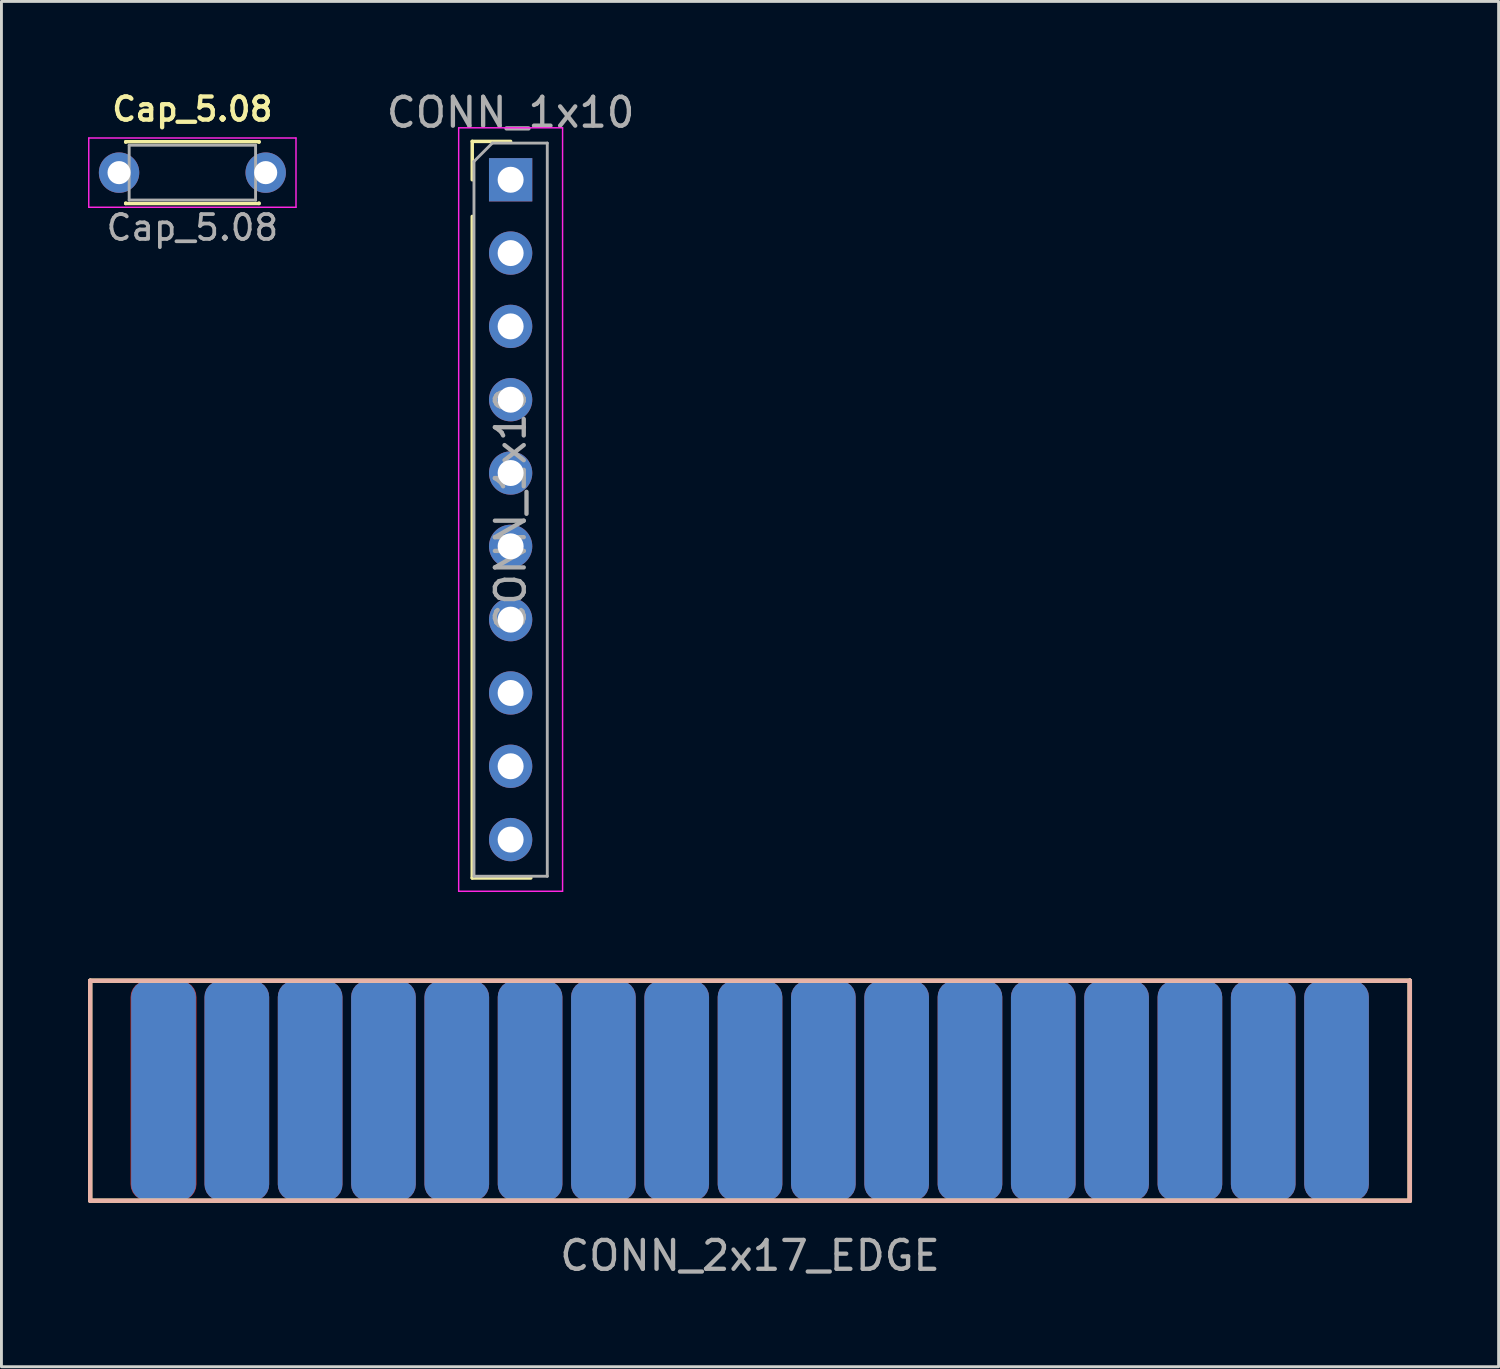
<source format=kicad_pcb>
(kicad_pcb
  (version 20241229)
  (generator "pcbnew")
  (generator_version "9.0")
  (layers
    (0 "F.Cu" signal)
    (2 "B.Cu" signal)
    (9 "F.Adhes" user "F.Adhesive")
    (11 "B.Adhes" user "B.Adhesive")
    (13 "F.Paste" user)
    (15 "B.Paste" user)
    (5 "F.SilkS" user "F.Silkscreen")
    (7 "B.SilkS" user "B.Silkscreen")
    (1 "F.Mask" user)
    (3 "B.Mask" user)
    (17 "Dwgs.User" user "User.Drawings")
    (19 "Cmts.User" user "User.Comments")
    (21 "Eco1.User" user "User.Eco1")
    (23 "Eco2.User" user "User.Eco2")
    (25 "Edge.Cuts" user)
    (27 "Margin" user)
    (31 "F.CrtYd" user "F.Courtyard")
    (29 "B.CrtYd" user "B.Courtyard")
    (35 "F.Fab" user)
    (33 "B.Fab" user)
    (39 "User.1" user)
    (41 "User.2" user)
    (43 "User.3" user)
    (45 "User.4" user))
  (footprint "Cap_5.08"
    (layer "F.Cu")
    (at 1.075 2.931)
    (property "Reference" "Cap_5.08" (at 2.54 -2.2 0) (layer "F.SilkS") (effects (font (size 0.8 0.8) (thickness 0.15))))
    (attr through_hole)
    (fp_line (start 0.23 -1.07) (end 0.23 -1.055) (stroke (width 0.12) (type solid)) (layer "F.SilkS"))
    (fp_line (start 0.23 -1.07) (end 4.85 -1.07) (stroke (width 0.12) (type solid)) (layer "F.SilkS"))
    (fp_line (start 0.23 1.055) (end 0.23 1.07) (stroke (width 0.12) (type solid)) (layer "F.SilkS"))
    (fp_line (start 0.23 1.07) (end 4.85 1.07) (stroke (width 0.12) (type solid)) (layer "F.SilkS"))
    (fp_line (start 4.85 -1.07) (end 4.85 -1.055) (stroke (width 0.12) (type solid)) (layer "F.SilkS"))
    (fp_line (start 4.85 1.055) (end 4.85 1.07) (stroke (width 0.12) (type solid)) (layer "F.SilkS"))
    (fp_line (start -1.05 -1.2) (end -1.05 1.2) (stroke (width 0.05) (type solid)) (layer "F.CrtYd"))
    (fp_line (start -1.05 1.2) (end 6.13 1.2) (stroke (width 0.05) (type solid)) (layer "F.CrtYd"))
    (fp_line (start 6.13 -1.2) (end -1.05 -1.2) (stroke (width 0.05) (type solid)) (layer "F.CrtYd"))
    (fp_line (start 6.13 1.2) (end 6.13 -1.2) (stroke (width 0.05) (type solid)) (layer "F.CrtYd"))
    (fp_line (start 0.35 -0.95) (end 0.35 0.95) (stroke (width 0.1) (type solid)) (layer "F.Fab"))
    (fp_line (start 0.35 0.95) (end 4.73 0.95) (stroke (width 0.1) (type solid)) (layer "F.Fab"))
    (fp_line (start 4.73 -0.95) (end 0.35 -0.95) (stroke (width 0.1) (type solid)) (layer "F.Fab"))
    (fp_line (start 4.73 0.95) (end 4.73 -0.95) (stroke (width 0.1) (type solid)) (layer "F.Fab"))
    (fp_text user "${REFERENCE}" (at 2.54 1.905 0) (layer "F.Fab") (effects (font (size 0.86 0.86) (thickness 0.129))))
    (pad "1" thru_hole circle (at 0 0) (size 1.4 1.4) (drill 0.8) (layers "*.Cu" "*.Mask"))
    (pad "2" thru_hole circle (at 5.08 0) (size 1.4 1.4) (drill 0.8) (layers "*.Cu" "*.Mask")))
  (footprint "CONN_2x17_EDGE"
    (layer "F.Cu")
    (at 22.935 35.373)
    (property "Reference" "CONN_2x17_EDGE" (at 0 5.08 0) (layer "F.Fab") (effects (font (size 1 1) (thickness 0.15))))
    (attr through_hole)
    (fp_line (start -22.86 -4.445) (end -22.86 3.175) (stroke (width 0.15) (type solid)) (layer "F.SilkS"))
    (fp_line (start -22.86 -4.445) (end 22.86 -4.445) (stroke (width 0.15) (type solid)) (layer "F.SilkS"))
    (fp_line (start 22.86 -4.445) (end 22.86 3.175) (stroke (width 0.15) (type solid)) (layer "F.SilkS"))
    (fp_line (start 22.86 -4.445) (end 22.86 3.175) (stroke (width 0.15) (type solid)) (layer "F.SilkS"))
    (fp_line (start 22.86 3.175) (end -22.86 3.175) (stroke (width 0.15) (type solid)) (layer "F.SilkS"))
    (fp_line (start -22.86 -4.445) (end 22.86 -4.445) (stroke (width 0.15) (type solid)) (layer "B.SilkS"))
    (fp_line (start -22.86 3.175) (end -22.86 -4.445) (stroke (width 0.15) (type solid)) (layer "B.SilkS"))
    (fp_line (start 22.86 -4.445) (end 22.86 3.175) (stroke (width 0.15) (type solid)) (layer "B.SilkS"))
    (fp_line (start 22.86 -4.445) (end 22.86 3.175) (stroke (width 0.15) (type solid)) (layer "B.SilkS"))
    (fp_line (start 22.86 3.175) (end -22.86 3.175) (stroke (width 0.15) (type solid)) (layer "B.SilkS"))
    (pad "1" connect roundrect (at -20.32 -0.635) (size 2.286 7.62) (layers "F.Cu" "F.Mask" "F.Paste") (roundrect_rratio 0.25))
    (pad "2" connect roundrect (at -20.32 -0.635) (size 2.24 7.62) (layers "B.Cu" "B.Mask" "B.Paste") (roundrect_rratio 0.25))
    (pad "3" connect roundrect (at -17.78 -0.635) (size 2.24 7.62) (layers "F.Cu" "F.Mask" "F.Paste") (roundrect_rratio 0.25))
    (pad "4" connect roundrect (at -17.78 -0.635) (size 2.24 7.62) (layers "B.Cu" "B.Mask" "B.Paste") (roundrect_rratio 0.25))
    (pad "5" connect roundrect (at -15.24 -0.635) (size 2.24 7.62) (layers "F.Cu" "F.Mask" "F.Paste") (roundrect_rratio 0.25))
    (pad "6" connect roundrect (at -15.24 -0.635) (size 2.24 7.62) (layers "B.Cu" "B.Mask" "B.Paste") (roundrect_rratio 0.25))
    (pad "7" connect roundrect (at -12.7 -0.635) (size 2.24 7.62) (layers "F.Cu" "F.Mask" "F.Paste") (roundrect_rratio 0.25))
    (pad "8" connect roundrect (at -12.7 -0.635) (size 2.24 7.62) (layers "B.Cu" "B.Mask" "B.Paste") (roundrect_rratio 0.25))
    (pad "9" connect roundrect (at -10.16 -0.635) (size 2.24 7.62) (layers "F.Cu" "F.Mask" "F.Paste") (roundrect_rratio 0.25))
    (pad "10" connect roundrect (at -10.16 -0.635) (size 2.24 7.62) (layers "B.Cu" "B.Mask" "B.Paste") (roundrect_rratio 0.25))
    (pad "11" connect roundrect (at -7.62 -0.635) (size 2.24 7.62) (layers "F.Cu" "F.Mask" "F.Paste") (roundrect_rratio 0.25))
    (pad "12" connect roundrect (at -7.62 -0.635) (size 2.24 7.62) (layers "B.Cu" "B.Mask" "B.Paste") (roundrect_rratio 0.25))
    (pad "13" connect roundrect (at -5.08 -0.635) (size 2.24 7.62) (layers "F.Cu" "F.Mask" "F.Paste") (roundrect_rratio 0.25))
    (pad "14" connect roundrect (at -5.08 -0.635) (size 2.24 7.62) (layers "B.Cu" "B.Mask" "B.Paste") (roundrect_rratio 0.25))
    (pad "15" connect roundrect (at -2.54 -0.635) (size 2.24 7.62) (layers "F.Cu" "F.Mask" "F.Paste") (roundrect_rratio 0.25))
    (pad "16" connect roundrect (at -2.54 -0.635) (size 2.24 7.62) (layers "B.Cu" "B.Mask" "B.Paste") (roundrect_rratio 0.25))
    (pad "17" connect roundrect (at 0 -0.635) (size 2.24 7.62) (layers "F.Cu" "F.Mask" "F.Paste") (roundrect_rratio 0.25))
    (pad "18" connect roundrect (at 0 -0.635) (size 2.24 7.62) (layers "B.Cu" "B.Mask" "B.Paste") (roundrect_rratio 0.25))
    (pad "19" connect roundrect (at 2.54 -0.635) (size 2.24 7.62) (layers "F.Cu" "F.Mask" "F.Paste") (roundrect_rratio 0.25))
    (pad "20" connect roundrect (at 2.54 -0.635) (size 2.24 7.62) (layers "B.Cu" "B.Mask" "B.Paste") (roundrect_rratio 0.25))
    (pad "21" connect roundrect (at 5.08 -0.635) (size 2.24 7.62) (layers "F.Cu" "F.Mask" "F.Paste") (roundrect_rratio 0.25))
    (pad "22" connect roundrect (at 5.08 -0.635) (size 2.24 7.62) (layers "B.Cu" "B.Mask" "B.Paste") (roundrect_rratio 0.25))
    (pad "23" connect roundrect (at 7.62 -0.635) (size 2.24 7.62) (layers "F.Cu" "F.Mask" "F.Paste") (roundrect_rratio 0.25))
    (pad "24" connect roundrect (at 7.62 -0.635) (size 2.24 7.62) (layers "B.Cu" "B.Mask" "B.Paste") (roundrect_rratio 0.25))
    (pad "25" connect roundrect (at 10.16 -0.635) (size 2.24 7.62) (layers "F.Cu" "F.Mask" "F.Paste") (roundrect_rratio 0.25))
    (pad "26" connect roundrect (at 10.16 -0.635) (size 2.24 7.62) (layers "B.Cu" "B.Mask" "B.Paste") (roundrect_rratio 0.25))
    (pad "27" connect roundrect (at 12.7 -0.635) (size 2.24 7.62) (layers "F.Cu" "F.Mask" "F.Paste") (roundrect_rratio 0.25))
    (pad "28" connect roundrect (at 12.7 -0.635) (size 2.24 7.62) (layers "B.Cu" "B.Mask" "B.Paste") (roundrect_rratio 0.25))
    (pad "29" connect roundrect (at 15.24 -0.635) (size 2.24 7.62) (layers "F.Cu" "F.Mask" "F.Paste") (roundrect_rratio 0.25))
    (pad "30" connect roundrect (at 15.24 -0.635) (size 2.24 7.62) (layers "B.Cu" "B.Mask" "B.Paste") (roundrect_rratio 0.25))
    (pad "31" connect roundrect (at 17.78 -0.635) (size 2.24 7.62) (layers "F.Cu" "F.Mask" "F.Paste") (roundrect_rratio 0.25))
    (pad "32" connect roundrect (at 17.78 -0.635) (size 2.24 7.62) (layers "B.Cu" "B.Mask" "B.Paste") (roundrect_rratio 0.25))
    (pad "33" connect roundrect (at 20.32 -0.635) (size 2.24 7.62) (layers "F.Cu" "F.Mask" "F.Paste") (roundrect_rratio 0.25))
    (pad "34" connect roundrect (at 20.32 -0.635) (size 2.24 7.62) (layers "B.Cu" "B.Mask" "B.Paste") (roundrect_rratio 0.25)))
  (footprint "CONN_1x10"
    (layer "F.Cu")
    (at 14.641 3.178)
    (property "Reference" "CONN_1x10" (at 0 -2.33 0) (layer "F.Fab") (effects (font (size 1 1) (thickness 0.15))))
    (attr through_hole)
    (fp_line (start -1.33 -1.33) (end 0 -1.33) (stroke (width 0.12) (type solid)) (layer "F.SilkS"))
    (fp_line (start -1.33 0) (end -1.33 -1.33) (stroke (width 0.12) (type solid)) (layer "F.SilkS"))
    (fp_line (start -1.33 1.27) (end -1.33 24.19) (stroke (width 0.12) (type solid)) (layer "F.SilkS"))
    (fp_line (start -1.33 24.19) (end 0.7 24.19) (stroke (width 0.12) (type solid)) (layer "F.SilkS"))
    (fp_line (start -1.8 -1.8) (end -1.8 24.65) (stroke (width 0.05) (type solid)) (layer "F.CrtYd"))
    (fp_line (start -1.8 24.65) (end 1.8 24.65) (stroke (width 0.05) (type solid)) (layer "F.CrtYd"))
    (fp_line (start 1.8 -1.8) (end -1.8 -1.8) (stroke (width 0.05) (type solid)) (layer "F.CrtYd"))
    (fp_line (start 1.8 24.65) (end 1.8 -1.8) (stroke (width 0.05) (type solid)) (layer "F.CrtYd"))
    (fp_line (start -1.27 -0.635) (end -0.635 -1.27) (stroke (width 0.1) (type solid)) (layer "F.Fab"))
    (fp_line (start -1.27 24.13) (end -1.27 -0.635) (stroke (width 0.1) (type solid)) (layer "F.Fab"))
    (fp_line (start -0.635 -1.27) (end 1.27 -1.27) (stroke (width 0.1) (type solid)) (layer "F.Fab"))
    (fp_line (start 1.27 -1.27) (end 1.27 24.13) (stroke (width 0.1) (type solid)) (layer "F.Fab"))
    (fp_line (start 1.27 24.13) (end -1.27 24.13) (stroke (width 0.1) (type solid)) (layer "F.Fab"))
    (fp_text user "${REFERENCE}" (at 0 11.43 270) (layer "F.Fab") (effects (font (size 1 1) (thickness 0.15))))
    (pad "1" thru_hole rect (at 0 0) (size 1.5 1.5) (drill 0.9) (layers "*.Cu" "*.Mask"))
    (pad "2" thru_hole oval (at 0 2.54) (size 1.5 1.5) (drill 0.9) (layers "*.Cu" "*.Mask"))
    (pad "3" thru_hole oval (at 0 5.08) (size 1.5 1.5) (drill 0.9) (layers "*.Cu" "*.Mask"))
    (pad "4" thru_hole oval (at 0 7.62) (size 1.5 1.5) (drill 0.9) (layers "*.Cu" "*.Mask"))
    (pad "5" thru_hole oval (at 0 10.16) (size 1.5 1.5) (drill 0.9) (layers "*.Cu" "*.Mask"))
    (pad "6" thru_hole oval (at 0 12.7) (size 1.5 1.5) (drill 0.9) (layers "*.Cu" "*.Mask"))
    (pad "7" thru_hole oval (at 0 15.24) (size 1.5 1.5) (drill 0.9) (layers "*.Cu" "*.Mask"))
    (pad "8" thru_hole oval (at 0 17.78) (size 1.5 1.5) (drill 0.9) (layers "*.Cu" "*.Mask"))
    (pad "9" thru_hole oval (at 0 20.32) (size 1.5 1.5) (drill 0.9) (layers "*.Cu" "*.Mask"))
    (pad "10" thru_hole oval (at 0 22.86) (size 1.5 1.5) (drill 0.9) (layers "*.Cu" "*.Mask")))
  (gr_rect
    (start -3 -3)
    (end 48.87 44.301)
    (stroke (width 0.1) (type default))
    (fill no)
    (layer "Edge.Cuts")))
</source>
